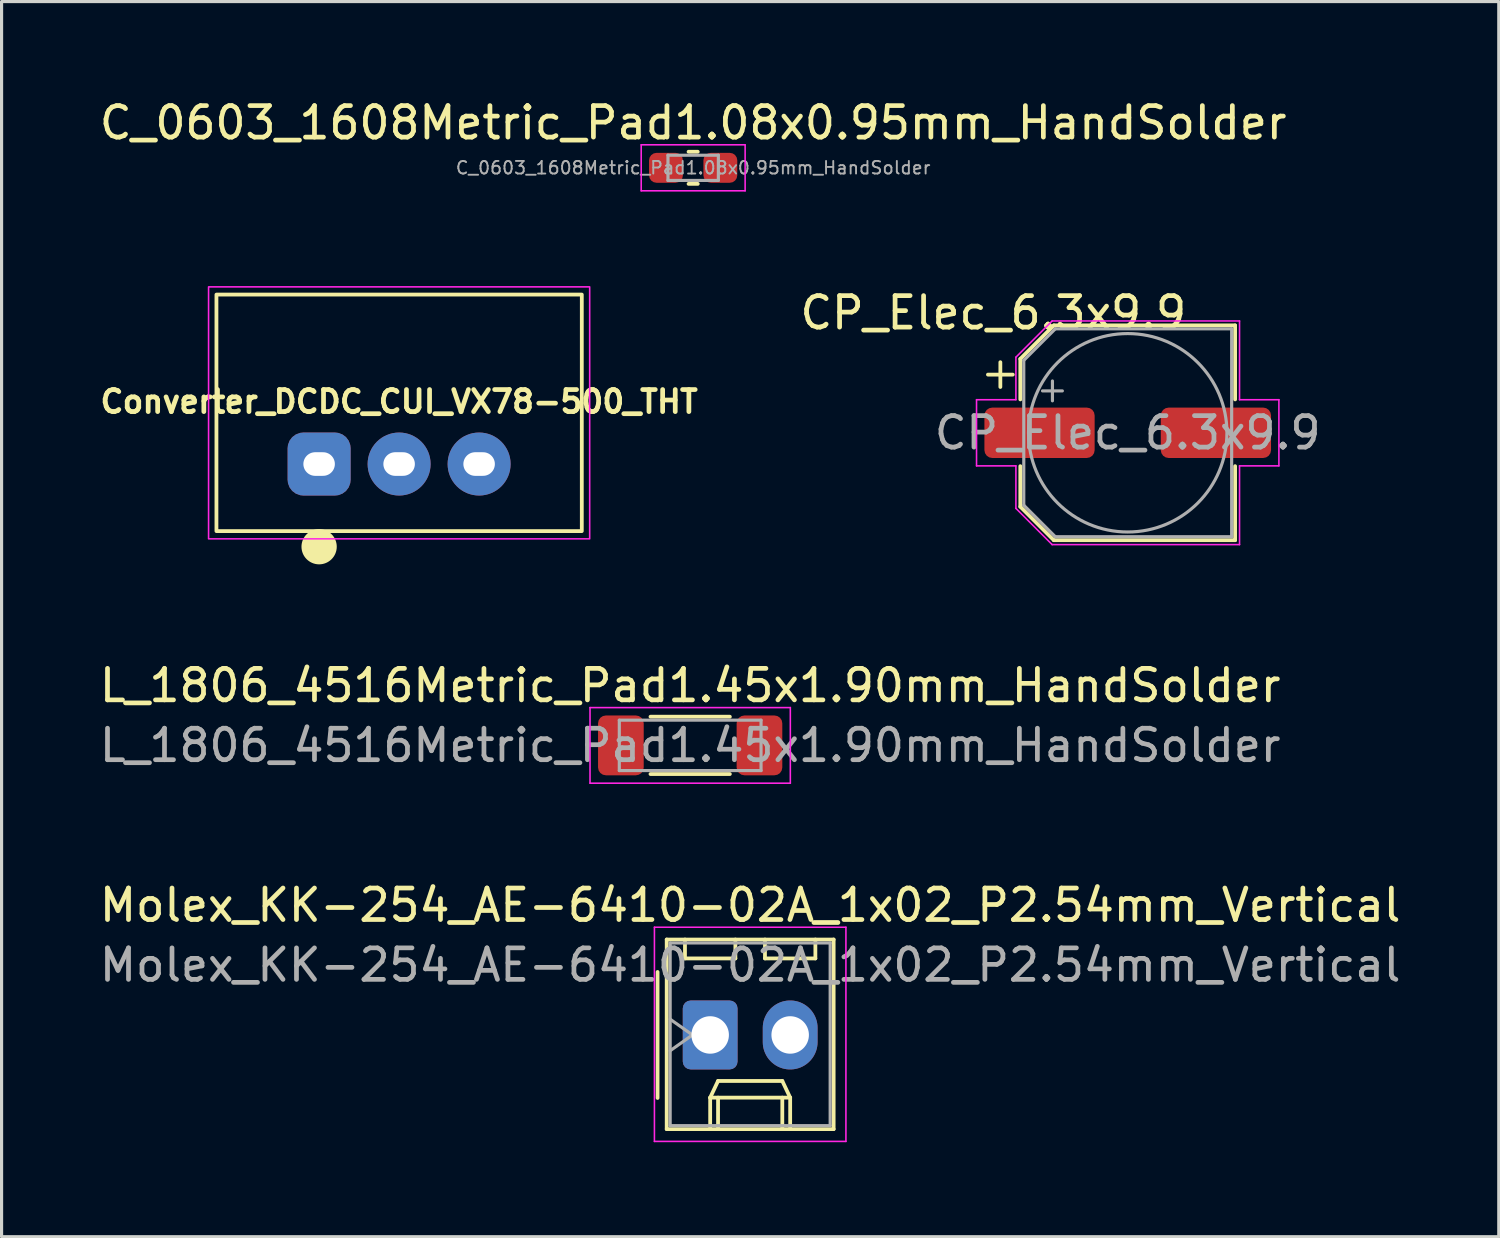
<source format=kicad_pcb>
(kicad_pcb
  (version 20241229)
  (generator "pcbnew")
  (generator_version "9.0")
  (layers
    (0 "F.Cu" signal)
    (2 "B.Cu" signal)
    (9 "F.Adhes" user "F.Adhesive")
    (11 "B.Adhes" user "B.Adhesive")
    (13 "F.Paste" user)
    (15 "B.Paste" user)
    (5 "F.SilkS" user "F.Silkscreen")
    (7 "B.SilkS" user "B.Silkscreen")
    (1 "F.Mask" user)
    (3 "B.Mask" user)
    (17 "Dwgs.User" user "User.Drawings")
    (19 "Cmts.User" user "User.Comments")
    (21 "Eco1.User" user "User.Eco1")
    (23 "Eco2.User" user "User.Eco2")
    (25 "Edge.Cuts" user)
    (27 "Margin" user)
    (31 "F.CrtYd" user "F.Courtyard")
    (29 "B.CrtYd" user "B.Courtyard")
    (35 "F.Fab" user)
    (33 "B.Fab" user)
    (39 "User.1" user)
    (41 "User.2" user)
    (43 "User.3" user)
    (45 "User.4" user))
  (footprint "CP_Elec_6.3x9.9"
    (layer "F.Cu")
    (at 32.755 10.691)
    (property "Reference" "CP_Elec_6.3x9.9" (at -4.267 -3.81 180) (layer "F.SilkS") (effects (font (size 1 1) (thickness 0.15))))
    (attr smd)
    (fp_line (start -4.438 -1.847) (end -3.65 -1.847) (stroke (width 0.12) (type solid)) (layer "F.SilkS"))
    (fp_line (start -4.044 -2.241) (end -4.044 -1.454) (stroke (width 0.12) (type solid)) (layer "F.SilkS"))
    (fp_line (start -3.41 -2.346) (end -3.41 -1.06) (stroke (width 0.12) (type solid)) (layer "F.SilkS"))
    (fp_line (start -3.41 -2.346) (end -2.346 -3.41) (stroke (width 0.12) (type solid)) (layer "F.SilkS"))
    (fp_line (start -3.41 2.346) (end -3.41 1.06) (stroke (width 0.12) (type solid)) (layer "F.SilkS"))
    (fp_line (start -3.41 2.346) (end -2.346 3.41) (stroke (width 0.12) (type solid)) (layer "F.SilkS"))
    (fp_line (start -2.346 -3.41) (end 3.41 -3.41) (stroke (width 0.12) (type solid)) (layer "F.SilkS"))
    (fp_line (start -2.346 3.41) (end 3.41 3.41) (stroke (width 0.12) (type solid)) (layer "F.SilkS"))
    (fp_line (start 3.41 -3.41) (end 3.41 -1.06) (stroke (width 0.12) (type solid)) (layer "F.SilkS"))
    (fp_line (start 3.41 3.41) (end 3.41 1.06) (stroke (width 0.12) (type solid)) (layer "F.SilkS"))
    (fp_line (start -4.8 -1.05) (end -4.8 1.05) (stroke (width 0.05) (type solid)) (layer "F.CrtYd"))
    (fp_line (start -4.8 1.05) (end -3.55 1.05) (stroke (width 0.05) (type solid)) (layer "F.CrtYd"))
    (fp_line (start -3.55 -2.4) (end -3.55 -1.05) (stroke (width 0.05) (type solid)) (layer "F.CrtYd"))
    (fp_line (start -3.55 -2.4) (end -2.4 -3.55) (stroke (width 0.05) (type solid)) (layer "F.CrtYd"))
    (fp_line (start -3.55 -1.05) (end -4.8 -1.05) (stroke (width 0.05) (type solid)) (layer "F.CrtYd"))
    (fp_line (start -3.55 1.05) (end -3.55 2.4) (stroke (width 0.05) (type solid)) (layer "F.CrtYd"))
    (fp_line (start -3.55 2.4) (end -2.4 3.55) (stroke (width 0.05) (type solid)) (layer "F.CrtYd"))
    (fp_line (start -2.4 -3.55) (end 3.55 -3.55) (stroke (width 0.05) (type solid)) (layer "F.CrtYd"))
    (fp_line (start -2.4 3.55) (end 3.55 3.55) (stroke (width 0.05) (type solid)) (layer "F.CrtYd"))
    (fp_line (start 3.55 -3.55) (end 3.55 -1.05) (stroke (width 0.05) (type solid)) (layer "F.CrtYd"))
    (fp_line (start 3.55 -1.05) (end 4.8 -1.05) (stroke (width 0.05) (type solid)) (layer "F.CrtYd"))
    (fp_line (start 3.55 1.05) (end 3.55 3.55) (stroke (width 0.05) (type solid)) (layer "F.CrtYd"))
    (fp_line (start 4.8 -1.05) (end 4.8 1.05) (stroke (width 0.05) (type solid)) (layer "F.CrtYd"))
    (fp_line (start 4.8 1.05) (end 3.55 1.05) (stroke (width 0.05) (type solid)) (layer "F.CrtYd"))
    (fp_line (start -3.3 -2.3) (end -3.3 2.3) (stroke (width 0.1) (type solid)) (layer "F.Fab"))
    (fp_line (start -3.3 -2.3) (end -2.3 -3.3) (stroke (width 0.1) (type solid)) (layer "F.Fab"))
    (fp_line (start -3.3 2.3) (end -2.3 3.3) (stroke (width 0.1) (type solid)) (layer "F.Fab"))
    (fp_line (start -2.705 -1.33) (end -2.075 -1.33) (stroke (width 0.1) (type solid)) (layer "F.Fab"))
    (fp_line (start -2.39 -1.645) (end -2.39 -1.015) (stroke (width 0.1) (type solid)) (layer "F.Fab"))
    (fp_line (start -2.3 -3.3) (end 3.3 -3.3) (stroke (width 0.1) (type solid)) (layer "F.Fab"))
    (fp_line (start -2.3 3.3) (end 3.3 3.3) (stroke (width 0.1) (type solid)) (layer "F.Fab"))
    (fp_line (start 3.3 -3.3) (end 3.3 3.3) (stroke (width 0.1) (type solid)) (layer "F.Fab"))
    (fp_circle (center 0 0) (end 3.15 0) (stroke (width 0.1) (type solid)) (fill no) (layer "F.Fab"))
    (fp_text user "${REFERENCE}" (at 0 0 180) (layer "F.Fab") (effects (font (size 1 1) (thickness 0.15))))
    (pad "1" smd roundrect (at -2.8 0) (size 3.5 1.6) (layers "F.Cu" "F.Mask" "F.Paste") (roundrect_rratio 0.156))
    (pad "2" smd roundrect (at 2.8 0) (size 3.5 1.6) (layers "F.Cu" "F.Mask" "F.Paste") (roundrect_rratio 0.156)))
  (footprint "C_0603_1608Metric_Pad1.08x0.95mm_HandSolder"
    (layer "F.Cu")
    (at 18.958 2.278)
    (property "Reference" "C_0603_1608Metric_Pad1.08x0.95mm_HandSolder" (at 0 -1.43 0) (layer "F.SilkS") (effects (font (size 1 1) (thickness 0.15))))
    (attr smd)
    (fp_line (start -0.146 -0.51) (end 0.146 -0.51) (stroke (width 0.12) (type solid)) (layer "F.SilkS"))
    (fp_line (start -0.146 0.51) (end 0.146 0.51) (stroke (width 0.12) (type solid)) (layer "F.SilkS"))
    (fp_line (start -1.65 -0.73) (end 1.65 -0.73) (stroke (width 0.05) (type solid)) (layer "F.CrtYd"))
    (fp_line (start -1.65 0.73) (end -1.65 -0.73) (stroke (width 0.05) (type solid)) (layer "F.CrtYd"))
    (fp_line (start 1.65 -0.73) (end 1.65 0.73) (stroke (width 0.05) (type solid)) (layer "F.CrtYd"))
    (fp_line (start 1.65 0.73) (end -1.65 0.73) (stroke (width 0.05) (type solid)) (layer "F.CrtYd"))
    (fp_line (start -0.8 -0.4) (end 0.8 -0.4) (stroke (width 0.1) (type solid)) (layer "F.Fab"))
    (fp_line (start -0.8 0.4) (end -0.8 -0.4) (stroke (width 0.1) (type solid)) (layer "F.Fab"))
    (fp_line (start 0.8 -0.4) (end 0.8 0.4) (stroke (width 0.1) (type solid)) (layer "F.Fab"))
    (fp_line (start 0.8 0.4) (end -0.8 0.4) (stroke (width 0.1) (type solid)) (layer "F.Fab"))
    (fp_text user "${REFERENCE}" (at 0 0 0) (layer "F.Fab") (effects (font (size 0.4 0.4) (thickness 0.06))))
    (pad "1" smd roundrect (at -0.863 0) (size 1.075 0.95) (layers "F.Cu" "F.Mask" "F.Paste") (roundrect_rratio 0.25))
    (pad "2" smd roundrect (at 0.863 0) (size 1.075 0.95) (layers "F.Cu" "F.Mask" "F.Paste") (roundrect_rratio 0.25)))
  (footprint "Converter_DCDC_CUI_VX78-500_THT"
    (layer "F.Cu")
    (at 7.082 11.683)
    (property "Reference" "Converter_DCDC_CUI_VX78-500_THT" (at 2.54 -1.981 0) (unlocked yes) (layer "F.SilkS") (effects (font (size 0.7 0.7) (thickness 0.15))))
    (attr through_hole)
    (fp_rect (start -3.26 -5.38) (end 8.34 2.13) (stroke (width 0.12) (type solid)) (fill no) (layer "F.SilkS"))
    (fp_circle (center 0 2.625) (end 0.5 2.625) (stroke (width 0.12) (type solid)) (fill yes) (layer "F.SilkS"))
    (fp_rect (start -3.51 -5.625) (end 8.59 2.375) (stroke (width 0.05) (type solid)) (fill no) (layer "F.CrtYd"))
    (pad "1" thru_hole roundrect (at 0 0) (size 2 2) (drill oval 1 0.75) (layers "*.Cu" "*.Mask") (roundrect_rratio 0.25))
    (pad "2" thru_hole circle (at 2.54 0) (size 2 2) (drill oval 1 0.75) (layers "*.Cu" "*.Mask"))
    (pad "3" thru_hole circle (at 5.08 0) (size 2 2) (drill oval 1 0.75) (layers "*.Cu" "*.Mask")))
  (footprint "Molex_KK-254_AE-6410-02A_1x02_P2.54mm_Vertical"
    (layer "F.Cu")
    (at 19.498 29.81)
    (property "Reference" "Molex_KK-254_AE-6410-02A_1x02_P2.54mm_Vertical" (at 1.27 -4.12 180) (layer "F.SilkS") (effects (font (size 1 1) (thickness 0.15))))
    (attr through_hole)
    (fp_line (start -1.67 -2) (end -1.67 2) (stroke (width 0.12) (type solid)) (layer "F.SilkS"))
    (fp_line (start -1.38 -3.03) (end -1.38 2.99) (stroke (width 0.12) (type solid)) (layer "F.SilkS"))
    (fp_line (start -1.38 2.99) (end 3.92 2.99) (stroke (width 0.12) (type solid)) (layer "F.SilkS"))
    (fp_line (start -0.8 -3.03) (end -0.8 -2.43) (stroke (width 0.12) (type solid)) (layer "F.SilkS"))
    (fp_line (start -0.8 -2.43) (end 0.8 -2.43) (stroke (width 0.12) (type solid)) (layer "F.SilkS"))
    (fp_line (start 0 1.99) (end 0.25 1.46) (stroke (width 0.12) (type solid)) (layer "F.SilkS"))
    (fp_line (start 0 1.99) (end 2.54 1.99) (stroke (width 0.12) (type solid)) (layer "F.SilkS"))
    (fp_line (start 0 2.99) (end 0 1.99) (stroke (width 0.12) (type solid)) (layer "F.SilkS"))
    (fp_line (start 0.25 1.46) (end 2.29 1.46) (stroke (width 0.12) (type solid)) (layer "F.SilkS"))
    (fp_line (start 0.25 2.99) (end 0.25 1.99) (stroke (width 0.12) (type solid)) (layer "F.SilkS"))
    (fp_line (start 0.8 -2.43) (end 0.8 -3.03) (stroke (width 0.12) (type solid)) (layer "F.SilkS"))
    (fp_line (start 1.74 -3.03) (end 1.74 -2.43) (stroke (width 0.12) (type solid)) (layer "F.SilkS"))
    (fp_line (start 1.74 -2.43) (end 3.34 -2.43) (stroke (width 0.12) (type solid)) (layer "F.SilkS"))
    (fp_line (start 2.29 1.46) (end 2.54 1.99) (stroke (width 0.12) (type solid)) (layer "F.SilkS"))
    (fp_line (start 2.29 2.99) (end 2.29 1.99) (stroke (width 0.12) (type solid)) (layer "F.SilkS"))
    (fp_line (start 2.54 1.99) (end 2.54 2.99) (stroke (width 0.12) (type solid)) (layer "F.SilkS"))
    (fp_line (start 3.34 -2.43) (end 3.34 -3.03) (stroke (width 0.12) (type solid)) (layer "F.SilkS"))
    (fp_line (start 3.92 -3.03) (end -1.38 -3.03) (stroke (width 0.12) (type solid)) (layer "F.SilkS"))
    (fp_line (start 3.92 2.99) (end 3.92 -3.03) (stroke (width 0.12) (type solid)) (layer "F.SilkS"))
    (fp_line (start -1.77 -3.42) (end -1.77 3.38) (stroke (width 0.05) (type solid)) (layer "F.CrtYd"))
    (fp_line (start -1.77 3.38) (end 4.31 3.38) (stroke (width 0.05) (type solid)) (layer "F.CrtYd"))
    (fp_line (start 4.31 -3.42) (end -1.77 -3.42) (stroke (width 0.05) (type solid)) (layer "F.CrtYd"))
    (fp_line (start 4.31 3.38) (end 4.31 -3.42) (stroke (width 0.05) (type solid)) (layer "F.CrtYd"))
    (fp_line (start -1.27 -2.92) (end -1.27 2.88) (stroke (width 0.1) (type solid)) (layer "F.Fab"))
    (fp_line (start -1.27 -0.5) (end -0.563 0) (stroke (width 0.1) (type solid)) (layer "F.Fab"))
    (fp_line (start -1.27 2.88) (end 3.81 2.88) (stroke (width 0.1) (type solid)) (layer "F.Fab"))
    (fp_line (start -0.563 0) (end -1.27 0.5) (stroke (width 0.1) (type solid)) (layer "F.Fab"))
    (fp_line (start 3.81 -2.92) (end -1.27 -2.92) (stroke (width 0.1) (type solid)) (layer "F.Fab"))
    (fp_line (start 3.81 2.88) (end 3.81 -2.92) (stroke (width 0.1) (type solid)) (layer "F.Fab"))
    (fp_text user "${REFERENCE}" (at 1.27 -2.22 180) (layer "F.Fab") (effects (font (size 1 1) (thickness 0.15))))
    (pad "1" thru_hole roundrect (at 0 0) (size 1.74 2.19) (drill 1.19) (layers "*.Cu" "*.Mask") (roundrect_rratio 0.144))
    (pad "2" thru_hole oval (at 2.54 0) (size 1.74 2.19) (drill 1.19) (layers "*.Cu" "*.Mask")))
  (footprint "L_1806_4516Metric_Pad1.45x1.90mm_HandSolder"
    (layer "F.Cu")
    (at 18.863 20.616)
    (property "Reference" "L_1806_4516Metric_Pad1.45x1.90mm_HandSolder" (at 0 -1.9 180) (layer "F.SilkS") (effects (font (size 1 1) (thickness 0.15))))
    (attr smd)
    (fp_line (start -1.26 -0.91) (end 1.26 -0.91) (stroke (width 0.12) (type solid)) (layer "F.SilkS"))
    (fp_line (start -1.26 0.91) (end 1.26 0.91) (stroke (width 0.12) (type solid)) (layer "F.SilkS"))
    (fp_line (start -3.18 -1.2) (end 3.18 -1.2) (stroke (width 0.05) (type solid)) (layer "F.CrtYd"))
    (fp_line (start -3.18 1.2) (end -3.18 -1.2) (stroke (width 0.05) (type solid)) (layer "F.CrtYd"))
    (fp_line (start 3.18 -1.2) (end 3.18 1.2) (stroke (width 0.05) (type solid)) (layer "F.CrtYd"))
    (fp_line (start 3.18 1.2) (end -3.18 1.2) (stroke (width 0.05) (type solid)) (layer "F.CrtYd"))
    (fp_line (start -2.25 -0.8) (end 2.25 -0.8) (stroke (width 0.1) (type solid)) (layer "F.Fab"))
    (fp_line (start -2.25 0.8) (end -2.25 -0.8) (stroke (width 0.1) (type solid)) (layer "F.Fab"))
    (fp_line (start 2.25 -0.8) (end 2.25 0.8) (stroke (width 0.1) (type solid)) (layer "F.Fab"))
    (fp_line (start 2.25 0.8) (end -2.25 0.8) (stroke (width 0.1) (type solid)) (layer "F.Fab"))
    (fp_text user "${REFERENCE}" (at 0 0 180) (layer "F.Fab") (effects (font (size 1 1) (thickness 0.15))))
    (pad "1" smd roundrect (at -2.2 0) (size 1.45 1.9) (layers "F.Cu" "F.Mask" "F.Paste") (roundrect_rratio 0.172))
    (pad "2" smd roundrect (at 2.2 0) (size 1.45 1.9) (layers "F.Cu" "F.Mask" "F.Paste") (roundrect_rratio 0.172)))
  (gr_rect
    (start -3 -3)
    (end 44.536 36.215)
    (stroke (width 0.1) (type default))
    (fill no)
    (layer "Edge.Cuts")))
</source>
